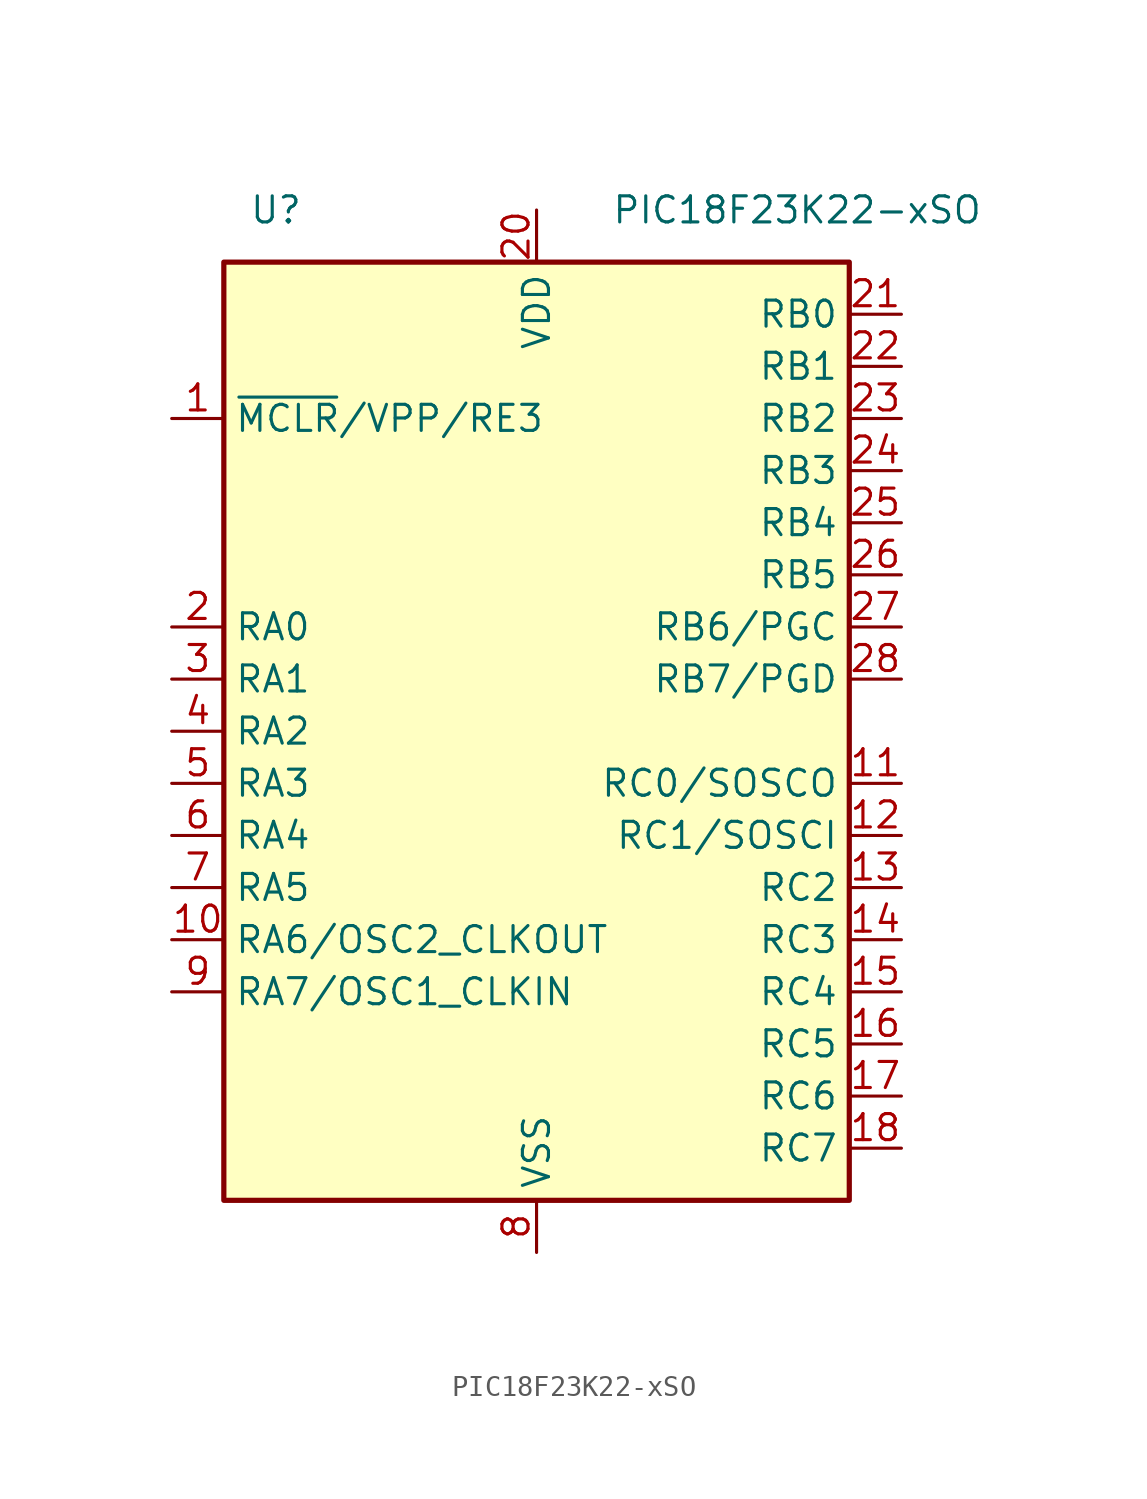
<source format=kicad_sym>
(kicad_symbol_lib
  (version 20201005)
  (generator kicad_symbol_editor)
  (symbol "MCU_Microchip_PIC18:PIC18F23K22-xSO"
    (property "Reference" "U"
      (at -12.7 25.4 0)
      (effects (font (size 1.27 1.27))))
    (property "Value" "PIC18F23K22-xSO"
      (at 12.7 25.4 0)
      (effects (font (size 1.27 1.27))))
    (symbol "PIC18F23K22-xSO_1_1"
      (rectangle (start -15.24 22.86) (end 15.24 -22.86) (stroke (width 0.254)) (fill (type background)))
      (pin input line (at -17.78 15.24 0) (length 2.54) (name "~MCLR~/VPP/RE3" (effects (font (size 1.27 1.27)))) (number "1" (effects (font (size 1.27 1.27)))))
      (pin bidirectional line (at -17.78 -10.16 0) (length 2.54) (name "RA6/OSC2_CLKOUT" (effects (font (size 1.27 1.27)))) (number "10" (effects (font (size 1.27 1.27)))))
      (pin bidirectional line (at 17.78 -2.54 180) (length 2.54) (name "RC0/SOSCO" (effects (font (size 1.27 1.27)))) (number "11" (effects (font (size 1.27 1.27)))))
      (pin bidirectional line (at 17.78 -5.08 180) (length 2.54) (name "RC1/SOSCI" (effects (font (size 1.27 1.27)))) (number "12" (effects (font (size 1.27 1.27)))))
      (pin bidirectional line (at 17.78 -7.62 180) (length 2.54) (name "RC2" (effects (font (size 1.27 1.27)))) (number "13" (effects (font (size 1.27 1.27)))))
      (pin bidirectional line (at 17.78 -10.16 180) (length 2.54) (name "RC3" (effects (font (size 1.27 1.27)))) (number "14" (effects (font (size 1.27 1.27)))))
      (pin bidirectional line (at 17.78 -12.7 180) (length 2.54) (name "RC4" (effects (font (size 1.27 1.27)))) (number "15" (effects (font (size 1.27 1.27)))))
      (pin bidirectional line (at 17.78 -15.24 180) (length 2.54) (name "RC5" (effects (font (size 1.27 1.27)))) (number "16" (effects (font (size 1.27 1.27)))))
      (pin bidirectional line (at 17.78 -17.78 180) (length 2.54) (name "RC6" (effects (font (size 1.27 1.27)))) (number "17" (effects (font (size 1.27 1.27)))))
      (pin bidirectional line (at 17.78 -20.32 180) (length 2.54) (name "RC7" (effects (font (size 1.27 1.27)))) (number "18" (effects (font (size 1.27 1.27)))))
      (pin passive line (at 0 -25.4 90) (length 2.54) hide (name "VSS" (effects (font (size 1.27 1.27)))) (number "19" (effects (font (size 1.27 1.27)))))
      (pin bidirectional line (at -17.78 5.08 0) (length 2.54) (name "RA0" (effects (font (size 1.27 1.27)))) (number "2" (effects (font (size 1.27 1.27)))))
      (pin power_in line (at 0 25.4 270) (length 2.54) (name "VDD" (effects (font (size 1.27 1.27)))) (number "20" (effects (font (size 1.27 1.27)))))
      (pin bidirectional line (at 17.78 20.32 180) (length 2.54) (name "RB0" (effects (font (size 1.27 1.27)))) (number "21" (effects (font (size 1.27 1.27)))))
      (pin bidirectional line (at 17.78 17.78 180) (length 2.54) (name "RB1" (effects (font (size 1.27 1.27)))) (number "22" (effects (font (size 1.27 1.27)))))
      (pin bidirectional line (at 17.78 15.24 180) (length 2.54) (name "RB2" (effects (font (size 1.27 1.27)))) (number "23" (effects (font (size 1.27 1.27)))))
      (pin bidirectional line (at 17.78 12.7 180) (length 2.54) (name "RB3" (effects (font (size 1.27 1.27)))) (number "24" (effects (font (size 1.27 1.27)))))
      (pin bidirectional line (at 17.78 10.16 180) (length 2.54) (name "RB4" (effects (font (size 1.27 1.27)))) (number "25" (effects (font (size 1.27 1.27)))))
      (pin bidirectional line (at 17.78 7.62 180) (length 2.54) (name "RB5" (effects (font (size 1.27 1.27)))) (number "26" (effects (font (size 1.27 1.27)))))
      (pin bidirectional line (at 17.78 5.08 180) (length 2.54) (name "RB6/PGC" (effects (font (size 1.27 1.27)))) (number "27" (effects (font (size 1.27 1.27)))))
      (pin bidirectional line (at 17.78 2.54 180) (length 2.54) (name "RB7/PGD" (effects (font (size 1.27 1.27)))) (number "28" (effects (font (size 1.27 1.27)))))
      (pin bidirectional line (at -17.78 2.54 0) (length 2.54) (name "RA1" (effects (font (size 1.27 1.27)))) (number "3" (effects (font (size 1.27 1.27)))))
      (pin bidirectional line (at -17.78 0 0) (length 2.54) (name "RA2" (effects (font (size 1.27 1.27)))) (number "4" (effects (font (size 1.27 1.27)))))
      (pin bidirectional line (at -17.78 -2.54 0) (length 2.54) (name "RA3" (effects (font (size 1.27 1.27)))) (number "5" (effects (font (size 1.27 1.27)))))
      (pin bidirectional line (at -17.78 -5.08 0) (length 2.54) (name "RA4" (effects (font (size 1.27 1.27)))) (number "6" (effects (font (size 1.27 1.27)))))
      (pin bidirectional line (at -17.78 -7.62 0) (length 2.54) (name "RA5" (effects (font (size 1.27 1.27)))) (number "7" (effects (font (size 1.27 1.27)))))
      (pin power_in line (at 0 -25.4 90) (length 2.54) (name "VSS" (effects (font (size 1.27 1.27)))) (number "8" (effects (font (size 1.27 1.27)))))
      (pin bidirectional line (at -17.78 -12.7 0) (length 2.54) (name "RA7/OSC1_CLKIN" (effects (font (size 1.27 1.27)))) (number "9" (effects (font (size 1.27 1.27))))))))
</source>
